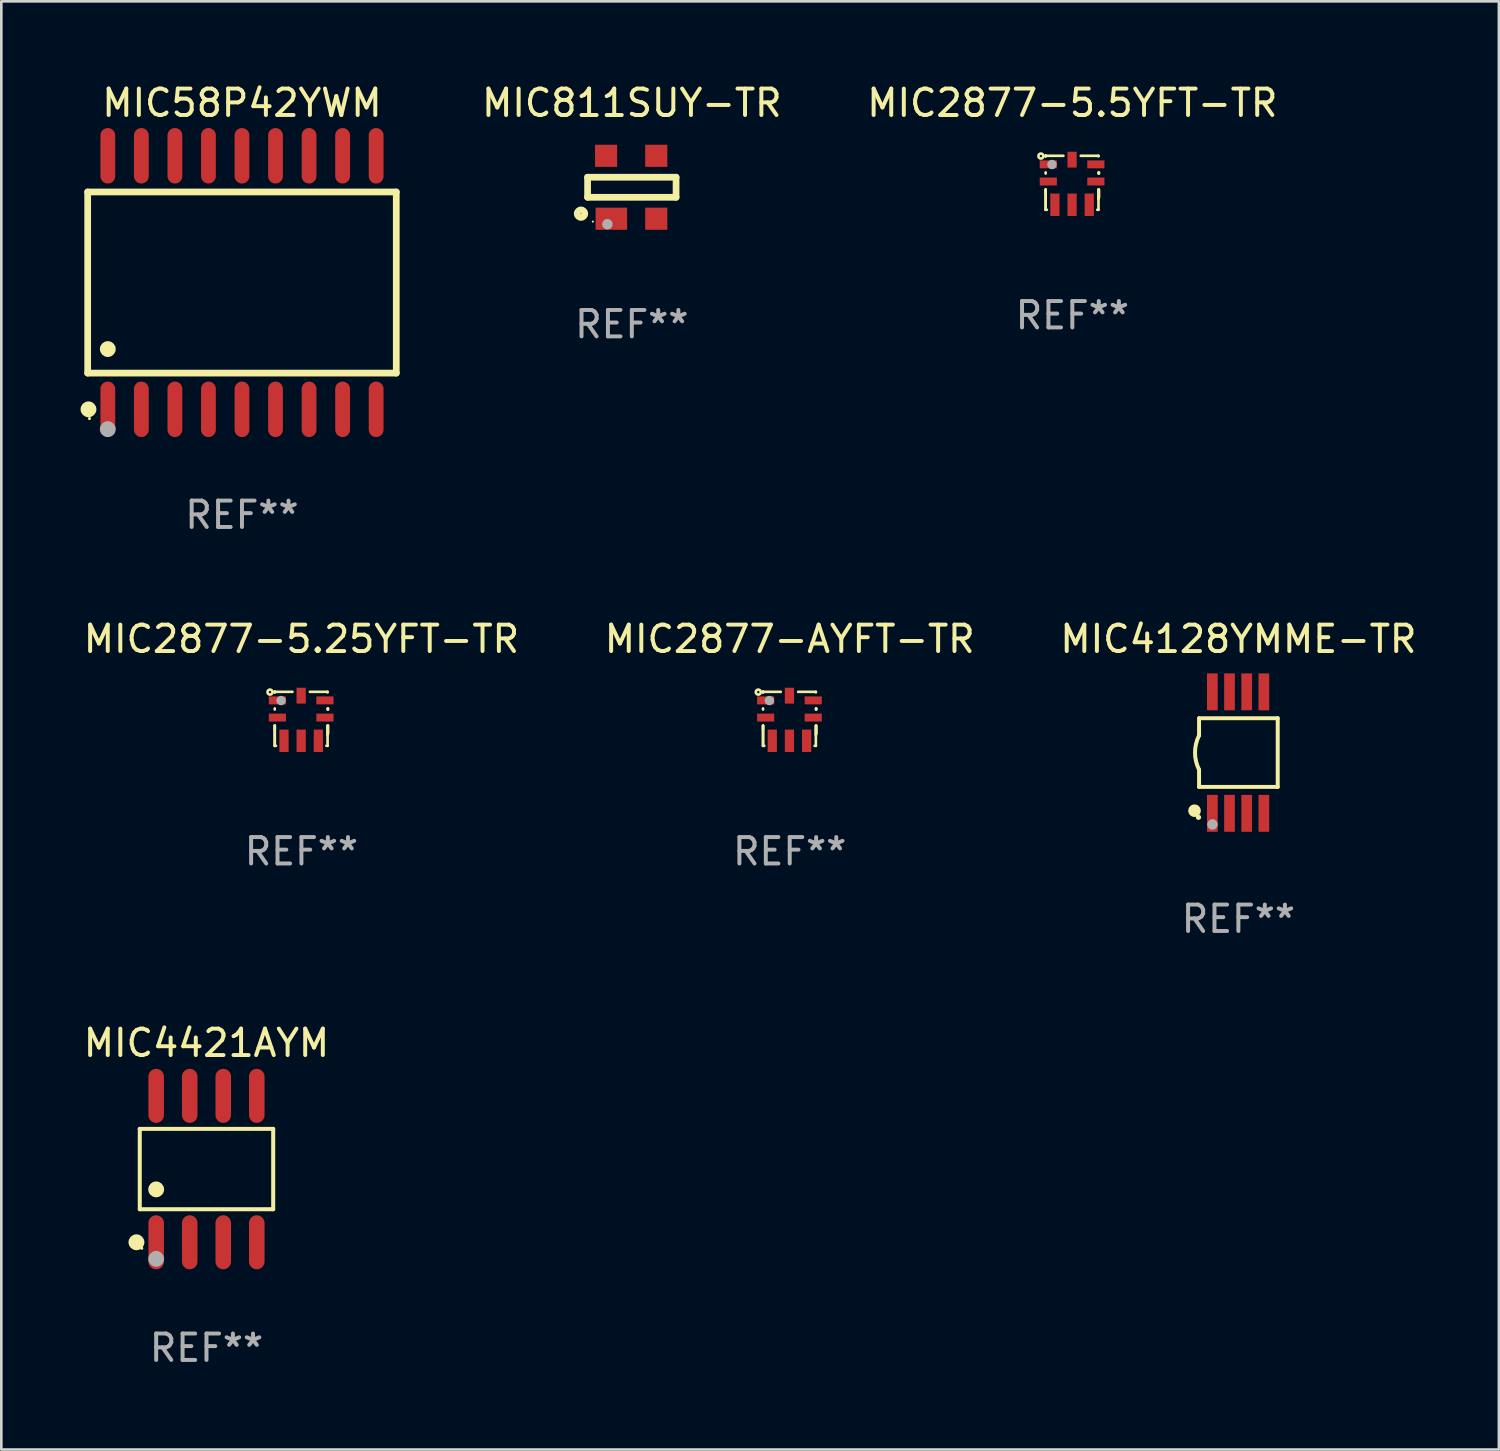
<source format=kicad_pcb>
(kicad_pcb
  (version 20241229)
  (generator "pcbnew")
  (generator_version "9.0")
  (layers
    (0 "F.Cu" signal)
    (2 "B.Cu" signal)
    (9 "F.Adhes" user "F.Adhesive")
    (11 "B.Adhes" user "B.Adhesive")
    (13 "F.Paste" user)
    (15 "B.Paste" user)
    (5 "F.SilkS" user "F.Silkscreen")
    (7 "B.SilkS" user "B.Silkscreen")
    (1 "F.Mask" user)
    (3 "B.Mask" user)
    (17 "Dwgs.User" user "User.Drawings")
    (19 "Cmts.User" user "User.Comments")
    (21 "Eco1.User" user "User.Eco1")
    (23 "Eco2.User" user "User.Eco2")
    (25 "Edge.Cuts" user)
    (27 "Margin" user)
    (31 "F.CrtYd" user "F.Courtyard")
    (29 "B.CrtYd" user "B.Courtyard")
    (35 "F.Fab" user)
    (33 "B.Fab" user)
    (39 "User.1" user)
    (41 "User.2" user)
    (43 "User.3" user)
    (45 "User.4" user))
  (footprint "MIC4128YMME-TR"
    (layer "F.Cu")
    (at 43.839 25.445)
    (property "Reference" "MIC4128YMME-TR" (at 0 -4.3 0) (layer "F.SilkS") (effects (font (size 1 1) (thickness 0.15))))
    (attr through_hole)
    (fp_line (start -1.489 -1.3) (end -1.489 -0.648) (stroke (width 0.15) (type solid)) (layer "F.SilkS"))
    (fp_line (start -1.489 0.648) (end -1.489 1.3) (stroke (width 0.15) (type solid)) (layer "F.SilkS"))
    (fp_line (start -1.489 1.3) (end 1.489 1.3) (stroke (width 0.15) (type solid)) (layer "F.SilkS"))
    (fp_line (start 1.489 -1.3) (end -1.489 -1.3) (stroke (width 0.15) (type solid)) (layer "F.SilkS"))
    (fp_line (start 1.489 1.3) (end 1.489 -1.3) (stroke (width 0.15) (type solid)) (layer "F.SilkS"))
    (fp_arc (start -1.489205 0.647702) (mid -1.642107 0) (end -1.489205 -0.647701) (stroke (width 0.150013) (type solid)) (layer "F.SilkS"))
    (fp_circle (center -1.661 2.2) (end -1.541 2.2) (stroke (width 0.24) (type solid)) (fill no) (layer "F.SilkS"))
    (fp_circle (center -1.511 2.45) (end -1.461 2.45) (stroke (width 0.1) (type solid)) (fill no) (layer "F.SilkS"))
    (fp_circle (center -0.981 2.72) (end -0.881 2.72) (stroke (width 0.2) (type solid)) (fill no) (layer "F.Fab"))
    (fp_text user "REF**" (at 0 6.3 0) (layer "F.Fab") (effects (font (size 1 1) (thickness 0.15))))
    (pad "1" smd rect (at -0.986 2.3) (size 0.406 1.397) (layers "F.Cu" "F.Mask" "F.Paste"))
    (pad "2" smd rect (at -0.336 2.3) (size 0.406 1.397) (layers "F.Cu" "F.Mask" "F.Paste"))
    (pad "3" smd rect (at 0.314 2.3) (size 0.406 1.397) (layers "F.Cu" "F.Mask" "F.Paste"))
    (pad "4" smd rect (at 0.964 2.3) (size 0.406 1.397) (layers "F.Cu" "F.Mask" "F.Paste"))
    (pad "5" smd rect (at 0.964 -2.3) (size 0.406 1.397) (layers "F.Cu" "F.Mask" "F.Paste"))
    (pad "6" smd rect (at 0.314 -2.3) (size 0.406 1.397) (layers "F.Cu" "F.Mask" "F.Paste"))
    (pad "7" smd rect (at -0.336 -2.3) (size 0.406 1.397) (layers "F.Cu" "F.Mask" "F.Paste"))
    (pad "8" smd rect (at -0.986 -2.3) (size 0.406 1.397) (layers "F.Cu" "F.Mask" "F.Paste")))
  (footprint "MIC58P42YWM"
    (layer "F.Cu")
    (at 6.112 7.648)
    (property "Reference" "MIC58P42YWM" (at 0 -6.8 0) (layer "F.SilkS") (effects (font (size 1 1) (thickness 0.15))))
    (attr through_hole)
    (fp_line (start -5.842 -3.429) (end -5.842 3.429) (stroke (width 0.254) (type solid)) (layer "F.SilkS"))
    (fp_line (start -5.842 3.429) (end 5.842 3.429) (stroke (width 0.254) (type solid)) (layer "F.SilkS"))
    (fp_line (start 5.842 -3.429) (end -5.842 -3.429) (stroke (width 0.254) (type solid)) (layer "F.SilkS"))
    (fp_line (start 5.842 3.429) (end 5.842 -3.429) (stroke (width 0.254) (type solid)) (layer "F.SilkS"))
    (fp_circle (center -5.812 4.8) (end -5.662 4.8) (stroke (width 0.3) (type solid)) (fill no) (layer "F.SilkS"))
    (fp_circle (center -5.775 5.15) (end -5.745 5.15) (stroke (width 0.06) (type solid)) (fill no) (layer "F.SilkS"))
    (fp_circle (center -5.08 2.519) (end -4.93 2.519) (stroke (width 0.3) (type solid)) (fill no) (layer "F.SilkS"))
    (fp_circle (center -5.08 5.55) (end -4.93 5.55) (stroke (width 0.3) (type solid)) (fill no) (layer "F.Fab"))
    (fp_text user "REF**" (at 0 8.8 0) (layer "F.Fab") (effects (font (size 1 1) (thickness 0.15))))
    (pad "1" smd oval (at -5.08 4.8) (size 0.56 2.1) (layers "F.Cu" "F.Mask" "F.Paste"))
    (pad "2" smd oval (at -3.81 4.8) (size 0.56 2.1) (layers "F.Cu" "F.Mask" "F.Paste"))
    (pad "3" smd oval (at -2.54 4.8) (size 0.56 2.1) (layers "F.Cu" "F.Mask" "F.Paste"))
    (pad "4" smd oval (at -1.27 4.8) (size 0.56 2.1) (layers "F.Cu" "F.Mask" "F.Paste"))
    (pad "5" smd oval (at 0 4.8) (size 0.56 2.1) (layers "F.Cu" "F.Mask" "F.Paste"))
    (pad "6" smd oval (at 1.27 4.8) (size 0.56 2.1) (layers "F.Cu" "F.Mask" "F.Paste"))
    (pad "7" smd oval (at 2.54 4.8) (size 0.56 2.1) (layers "F.Cu" "F.Mask" "F.Paste"))
    (pad "8" smd oval (at 3.81 4.8) (size 0.56 2.1) (layers "F.Cu" "F.Mask" "F.Paste"))
    (pad "9" smd oval (at 5.08 4.8) (size 0.56 2.1) (layers "F.Cu" "F.Mask" "F.Paste"))
    (pad "10" smd oval (at 5.08 -4.8) (size 0.56 2.1) (layers "F.Cu" "F.Mask" "F.Paste"))
    (pad "11" smd oval (at 3.81 -4.8) (size 0.56 2.1) (layers "F.Cu" "F.Mask" "F.Paste"))
    (pad "12" smd oval (at 2.54 -4.8) (size 0.56 2.1) (layers "F.Cu" "F.Mask" "F.Paste"))
    (pad "13" smd oval (at 1.27 -4.8) (size 0.56 2.1) (layers "F.Cu" "F.Mask" "F.Paste"))
    (pad "14" smd oval (at 0 -4.8) (size 0.56 2.1) (layers "F.Cu" "F.Mask" "F.Paste"))
    (pad "15" smd oval (at -1.27 -4.8) (size 0.56 2.1) (layers "F.Cu" "F.Mask" "F.Paste"))
    (pad "16" smd oval (at -2.54 -4.8) (size 0.56 2.1) (layers "F.Cu" "F.Mask" "F.Paste"))
    (pad "17" smd oval (at -3.81 -4.8) (size 0.56 2.1) (layers "F.Cu" "F.Mask" "F.Paste"))
    (pad "18" smd oval (at -5.08 -4.8) (size 0.56 2.1) (layers "F.Cu" "F.Mask" "F.Paste")))
  (footprint "MIC2877-5.25YFT-TR"
    (layer "F.Cu")
    (at 8.363 24.167)
    (property "Reference" "MIC2877-5.25YFT-TR" (at 0 -3.022 0) (layer "F.SilkS") (effects (font (size 1 1) (thickness 0.15))))
    (attr through_hole)
    (fp_line (start -1.01 -1.022) (end -1.01 -1.002) (stroke (width 0.1) (type solid)) (layer "F.SilkS"))
    (fp_line (start -1.01 -1.022) (end -1.01 -1.002) (stroke (width 0.1) (type solid)) (layer "F.SilkS"))
    (fp_line (start -1.01 -0.393) (end -1.01 -0.352) (stroke (width 0.1) (type solid)) (layer "F.SilkS"))
    (fp_line (start -1.01 0.257) (end -1.01 0.398) (stroke (width 0.1) (type solid)) (layer "F.SilkS"))
    (fp_line (start -1.01 0.257) (end -1.01 1.022) (stroke (width 0.1) (type solid)) (layer "F.SilkS"))
    (fp_line (start -1.01 1.022) (end -1.01 0.257) (stroke (width 0.1) (type solid)) (layer "F.SilkS"))
    (fp_line (start -0.964 1.022) (end -1.01 1.022) (stroke (width 0.1) (type solid)) (layer "F.SilkS"))
    (fp_line (start -0.339 -1.022) (end -1.01 -1.022) (stroke (width 0.1) (type solid)) (layer "F.SilkS"))
    (fp_line (start 0.99 -1.022) (end 0.319 -1.022) (stroke (width 0.1) (type solid)) (layer "F.SilkS"))
    (fp_line (start 0.99 -1.022) (end 0.99 -1.002) (stroke (width 0.1) (type solid)) (layer "F.SilkS"))
    (fp_line (start 0.99 -0.393) (end 0.99 -0.352) (stroke (width 0.1) (type solid)) (layer "F.SilkS"))
    (fp_line (start 0.99 0.257) (end 0.99 0.623) (stroke (width 0.1) (type solid)) (layer "F.SilkS"))
    (fp_line (start 0.99 0.257) (end 0.99 1.022) (stroke (width 0.1) (type solid)) (layer "F.SilkS"))
    (fp_line (start 0.99 1.022) (end 0.944 1.022) (stroke (width 0.1) (type solid)) (layer "F.SilkS"))
    (fp_line (start 1.01 -0.393) (end 1.01 -0.352) (stroke (width 0.1) (type solid)) (layer "F.SilkS"))
    (fp_line (start 1.01 0.257) (end 1.01 0.558) (stroke (width 0.1) (type solid)) (layer "F.SilkS"))
    (fp_circle (center -1.19 -1.012) (end -1.145 -1.012) (stroke (width 0.1) (type solid)) (fill no) (layer "F.SilkS"))
    (fp_circle (center -1.01 -1.022) (end -0.98 -1.022) (stroke (width 0.06) (type solid)) (fill no) (layer "F.SilkS"))
    (fp_circle (center -0.77 -0.692) (end -0.68 -0.692) (stroke (width 0.18) (type solid)) (fill no) (layer "F.Fab"))
    (fp_text user "REF**" (at 0 5.022 0) (layer "F.Fab") (effects (font (size 1 1) (thickness 0.15))))
    (pad "1" smd rect (at -0.91 -0.698 90) (size 0.3 0.65) (layers "F.Cu" "F.Mask" "F.Paste"))
    (pad "2" smd rect (at -0.91 -0.048 90) (size 0.3 0.65) (layers "F.Cu" "F.Mask" "F.Paste"))
    (pad "3" smd rect (at -0.66 0.832 180) (size 0.35 0.85) (layers "F.Cu" "F.Mask" "F.Paste"))
    (pad "4" smd rect (at -0.01 0.832 180) (size 0.35 0.85) (layers "F.Cu" "F.Mask" "F.Paste"))
    (pad "5" smd rect (at 0.64 0.832 180) (size 0.35 0.85) (layers "F.Cu" "F.Mask" "F.Paste"))
    (pad "6" smd rect (at 0.89 -0.048 270) (size 0.3 0.65) (layers "F.Cu" "F.Mask" "F.Paste"))
    (pad "7" smd rect (at 0.89 -0.698 270) (size 0.3 0.65) (layers "F.Cu" "F.Mask" "F.Paste"))
    (pad "8" smd rect (at -0.01 -0.877) (size 0.35 0.6) (layers "F.Cu" "F.Mask" "F.Paste")))
  (footprint "MIC811SUY-TR"
    (layer "F.Cu")
    (at 20.873 4.04)
    (property "Reference" "MIC811SUY-TR" (at 0 -3.191 0) (layer "F.SilkS") (effects (font (size 1 1) (thickness 0.15))))
    (attr through_hole)
    (fp_line (start -1.675 -0.38) (end -1.675 0.38) (stroke (width 0.254) (type solid)) (layer "F.SilkS"))
    (fp_line (start -1.675 -0.38) (end 1.675 -0.38) (stroke (width 0.254) (type solid)) (layer "F.SilkS"))
    (fp_line (start -1.675 0.38) (end 1.675 0.38) (stroke (width 0.254) (type solid)) (layer "F.SilkS"))
    (fp_line (start 1.675 -0.38) (end 1.675 0.38) (stroke (width 0.254) (type solid)) (layer "F.SilkS"))
    (fp_circle (center -1.925 1) (end -1.783 1) (stroke (width 0.254) (type solid)) (fill no) (layer "F.SilkS"))
    (fp_circle (center -1.475 1.3) (end -1.455 1.3) (stroke (width 0.04) (type solid)) (fill no) (layer "F.SilkS"))
    (fp_circle (center -0.925 1.4) (end -0.825 1.4) (stroke (width 0.2) (type solid)) (fill no) (layer "F.Fab"))
    (fp_text user "REF**" (at 0 5.191 0) (layer "F.Fab") (effects (font (size 1 1) (thickness 0.15))))
    (pad "1" smd rect (at -0.775 1.191) (size 1.194 0.838) (layers "F.Cu" "F.Mask" "F.Paste"))
    (pad "2" smd rect (at 0.925 1.191) (size 0.838 0.838) (layers "F.Cu" "F.Mask" "F.Paste"))
    (pad "3" smd rect (at 0.925 -1.191) (size 0.838 0.838) (layers "F.Cu" "F.Mask" "F.Paste"))
    (pad "4" smd rect (at -0.975 -1.191) (size 0.838 0.838) (layers "F.Cu" "F.Mask" "F.Paste")))
  (footprint "MIC2877-5.5YFT-TR"
    (layer "F.Cu")
    (at 37.552 3.871)
    (property "Reference" "MIC2877-5.5YFT-TR" (at 0 -3.022 0) (layer "F.SilkS") (effects (font (size 1 1) (thickness 0.15))))
    (attr through_hole)
    (fp_line (start -1.01 -1.022) (end -1.01 -1.002) (stroke (width 0.1) (type solid)) (layer "F.SilkS"))
    (fp_line (start -1.01 -1.022) (end -1.01 -1.002) (stroke (width 0.1) (type solid)) (layer "F.SilkS"))
    (fp_line (start -1.01 -0.393) (end -1.01 -0.352) (stroke (width 0.1) (type solid)) (layer "F.SilkS"))
    (fp_line (start -1.01 0.257) (end -1.01 0.398) (stroke (width 0.1) (type solid)) (layer "F.SilkS"))
    (fp_line (start -1.01 0.257) (end -1.01 1.022) (stroke (width 0.1) (type solid)) (layer "F.SilkS"))
    (fp_line (start -1.01 1.022) (end -1.01 0.257) (stroke (width 0.1) (type solid)) (layer "F.SilkS"))
    (fp_line (start -0.964 1.022) (end -1.01 1.022) (stroke (width 0.1) (type solid)) (layer "F.SilkS"))
    (fp_line (start -0.339 -1.022) (end -1.01 -1.022) (stroke (width 0.1) (type solid)) (layer "F.SilkS"))
    (fp_line (start 0.99 -1.022) (end 0.319 -1.022) (stroke (width 0.1) (type solid)) (layer "F.SilkS"))
    (fp_line (start 0.99 -1.022) (end 0.99 -1.002) (stroke (width 0.1) (type solid)) (layer "F.SilkS"))
    (fp_line (start 0.99 -0.393) (end 0.99 -0.352) (stroke (width 0.1) (type solid)) (layer "F.SilkS"))
    (fp_line (start 0.99 0.257) (end 0.99 0.623) (stroke (width 0.1) (type solid)) (layer "F.SilkS"))
    (fp_line (start 0.99 0.257) (end 0.99 1.022) (stroke (width 0.1) (type solid)) (layer "F.SilkS"))
    (fp_line (start 0.99 1.022) (end 0.944 1.022) (stroke (width 0.1) (type solid)) (layer "F.SilkS"))
    (fp_line (start 1.01 -0.393) (end 1.01 -0.352) (stroke (width 0.1) (type solid)) (layer "F.SilkS"))
    (fp_line (start 1.01 0.257) (end 1.01 0.558) (stroke (width 0.1) (type solid)) (layer "F.SilkS"))
    (fp_circle (center -1.19 -1.012) (end -1.145 -1.012) (stroke (width 0.1) (type solid)) (fill no) (layer "F.SilkS"))
    (fp_circle (center -1.01 -1.022) (end -0.98 -1.022) (stroke (width 0.06) (type solid)) (fill no) (layer "F.SilkS"))
    (fp_circle (center -0.77 -0.692) (end -0.68 -0.692) (stroke (width 0.18) (type solid)) (fill no) (layer "F.Fab"))
    (fp_text user "REF**" (at 0 5.022 0) (layer "F.Fab") (effects (font (size 1 1) (thickness 0.15))))
    (pad "1" smd rect (at -0.91 -0.698 90) (size 0.3 0.65) (layers "F.Cu" "F.Mask" "F.Paste"))
    (pad "2" smd rect (at -0.91 -0.048 90) (size 0.3 0.65) (layers "F.Cu" "F.Mask" "F.Paste"))
    (pad "3" smd rect (at -0.66 0.832 180) (size 0.35 0.85) (layers "F.Cu" "F.Mask" "F.Paste"))
    (pad "4" smd rect (at -0.01 0.832 180) (size 0.35 0.85) (layers "F.Cu" "F.Mask" "F.Paste"))
    (pad "5" smd rect (at 0.64 0.832 180) (size 0.35 0.85) (layers "F.Cu" "F.Mask" "F.Paste"))
    (pad "6" smd rect (at 0.89 -0.048 270) (size 0.3 0.65) (layers "F.Cu" "F.Mask" "F.Paste"))
    (pad "7" smd rect (at 0.89 -0.698 270) (size 0.3 0.65) (layers "F.Cu" "F.Mask" "F.Paste"))
    (pad "8" smd rect (at -0.01 -0.877) (size 0.35 0.6) (layers "F.Cu" "F.Mask" "F.Paste")))
  (footprint "MIC2877-AYFT-TR"
    (layer "F.Cu")
    (at 26.851 24.167)
    (property "Reference" "MIC2877-AYFT-TR" (at 0 -3.022 0) (layer "F.SilkS") (effects (font (size 1 1) (thickness 0.15))))
    (attr through_hole)
    (fp_line (start -1.01 -1.022) (end -1.01 -1.002) (stroke (width 0.1) (type solid)) (layer "F.SilkS"))
    (fp_line (start -1.01 -1.022) (end -1.01 -1.002) (stroke (width 0.1) (type solid)) (layer "F.SilkS"))
    (fp_line (start -1.01 -0.393) (end -1.01 -0.352) (stroke (width 0.1) (type solid)) (layer "F.SilkS"))
    (fp_line (start -1.01 0.257) (end -1.01 0.398) (stroke (width 0.1) (type solid)) (layer "F.SilkS"))
    (fp_line (start -1.01 0.257) (end -1.01 1.022) (stroke (width 0.1) (type solid)) (layer "F.SilkS"))
    (fp_line (start -1.01 1.022) (end -1.01 0.257) (stroke (width 0.1) (type solid)) (layer "F.SilkS"))
    (fp_line (start -0.964 1.022) (end -1.01 1.022) (stroke (width 0.1) (type solid)) (layer "F.SilkS"))
    (fp_line (start -0.339 -1.022) (end -1.01 -1.022) (stroke (width 0.1) (type solid)) (layer "F.SilkS"))
    (fp_line (start 0.99 -1.022) (end 0.319 -1.022) (stroke (width 0.1) (type solid)) (layer "F.SilkS"))
    (fp_line (start 0.99 -1.022) (end 0.99 -1.002) (stroke (width 0.1) (type solid)) (layer "F.SilkS"))
    (fp_line (start 0.99 -0.393) (end 0.99 -0.352) (stroke (width 0.1) (type solid)) (layer "F.SilkS"))
    (fp_line (start 0.99 0.257) (end 0.99 0.623) (stroke (width 0.1) (type solid)) (layer "F.SilkS"))
    (fp_line (start 0.99 0.257) (end 0.99 1.022) (stroke (width 0.1) (type solid)) (layer "F.SilkS"))
    (fp_line (start 0.99 1.022) (end 0.944 1.022) (stroke (width 0.1) (type solid)) (layer "F.SilkS"))
    (fp_line (start 1.01 -0.393) (end 1.01 -0.352) (stroke (width 0.1) (type solid)) (layer "F.SilkS"))
    (fp_line (start 1.01 0.257) (end 1.01 0.558) (stroke (width 0.1) (type solid)) (layer "F.SilkS"))
    (fp_circle (center -1.19 -1.012) (end -1.145 -1.012) (stroke (width 0.1) (type solid)) (fill no) (layer "F.SilkS"))
    (fp_circle (center -1.01 -1.022) (end -0.98 -1.022) (stroke (width 0.06) (type solid)) (fill no) (layer "F.SilkS"))
    (fp_circle (center -0.77 -0.692) (end -0.68 -0.692) (stroke (width 0.18) (type solid)) (fill no) (layer "F.Fab"))
    (fp_text user "REF**" (at 0 5.022 0) (layer "F.Fab") (effects (font (size 1 1) (thickness 0.15))))
    (pad "1" smd rect (at -0.91 -0.698 90) (size 0.3 0.65) (layers "F.Cu" "F.Mask" "F.Paste"))
    (pad "2" smd rect (at -0.91 -0.048 90) (size 0.3 0.65) (layers "F.Cu" "F.Mask" "F.Paste"))
    (pad "3" smd rect (at -0.66 0.832 180) (size 0.35 0.85) (layers "F.Cu" "F.Mask" "F.Paste"))
    (pad "4" smd rect (at -0.01 0.832 180) (size 0.35 0.85) (layers "F.Cu" "F.Mask" "F.Paste"))
    (pad "5" smd rect (at 0.64 0.832 180) (size 0.35 0.85) (layers "F.Cu" "F.Mask" "F.Paste"))
    (pad "6" smd rect (at 0.89 -0.048 270) (size 0.3 0.65) (layers "F.Cu" "F.Mask" "F.Paste"))
    (pad "7" smd rect (at 0.89 -0.698 270) (size 0.3 0.65) (layers "F.Cu" "F.Mask" "F.Paste"))
    (pad "8" smd rect (at -0.01 -0.877) (size 0.35 0.6) (layers "F.Cu" "F.Mask" "F.Paste")))
  (footprint "MIC4421AYM"
    (layer "F.Cu")
    (at 4.768 41.214)
    (property "Reference" "MIC4421AYM" (at 0 -4.772 0) (layer "F.SilkS") (effects (font (size 1 1) (thickness 0.15))))
    (attr through_hole)
    (fp_line (start -2.526 -1.521) (end 2.526 -1.521) (stroke (width 0.152) (type solid)) (layer "F.SilkS"))
    (fp_line (start -2.526 1.521) (end -2.526 -1.521) (stroke (width 0.152) (type solid)) (layer "F.SilkS"))
    (fp_line (start 2.526 -1.521) (end 2.526 1.521) (stroke (width 0.152) (type solid)) (layer "F.SilkS"))
    (fp_line (start 2.526 1.521) (end -2.526 1.521) (stroke (width 0.152) (type solid)) (layer "F.SilkS"))
    (fp_circle (center -2.652 2.772) (end -2.501 2.772) (stroke (width 0.3) (type solid)) (fill no) (layer "F.SilkS"))
    (fp_circle (center -2.45 3) (end -2.42 3) (stroke (width 0.06) (type solid)) (fill no) (layer "F.SilkS"))
    (fp_circle (center -1.905 0.769) (end -1.755 0.769) (stroke (width 0.3) (type solid)) (fill no) (layer "F.SilkS"))
    (fp_circle (center -1.905 3.4) (end -1.755 3.4) (stroke (width 0.3) (type solid)) (fill no) (layer "F.Fab"))
    (fp_text user "REF**" (at 0 6.772 0) (layer "F.Fab") (effects (font (size 1 1) (thickness 0.15))))
    (pad "1" smd oval (at -1.905 2.772) (size 0.588 2.045) (layers "F.Cu" "F.Mask" "F.Paste"))
    (pad "2" smd oval (at -0.635 2.772) (size 0.588 2.045) (layers "F.Cu" "F.Mask" "F.Paste"))
    (pad "3" smd oval (at 0.635 2.772) (size 0.588 2.045) (layers "F.Cu" "F.Mask" "F.Paste"))
    (pad "4" smd oval (at 1.905 2.772) (size 0.588 2.045) (layers "F.Cu" "F.Mask" "F.Paste"))
    (pad "5" smd oval (at 1.905 -2.772) (size 0.588 2.045) (layers "F.Cu" "F.Mask" "F.Paste"))
    (pad "6" smd oval (at 0.635 -2.772) (size 0.588 2.045) (layers "F.Cu" "F.Mask" "F.Paste"))
    (pad "7" smd oval (at -0.635 -2.772) (size 0.588 2.045) (layers "F.Cu" "F.Mask" "F.Paste"))
    (pad "8" smd oval (at -1.905 -2.772) (size 0.588 2.045) (layers "F.Cu" "F.Mask" "F.Paste")))
  (gr_rect
    (start -3 -3)
    (end 53.702 51.834)
    (stroke (width 0.1) (type default))
    (fill no)
    (layer "Edge.Cuts")))
</source>
